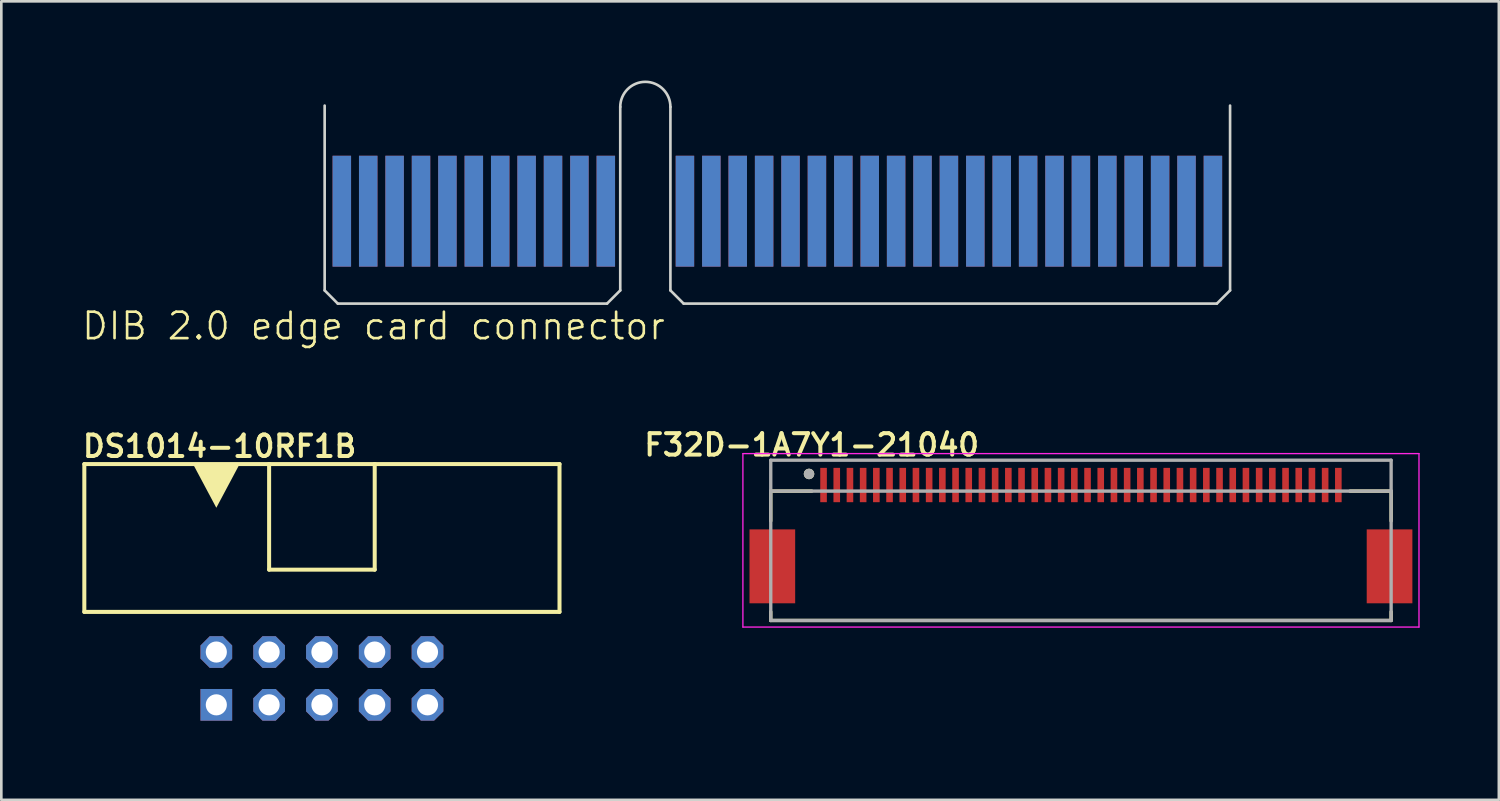
<source format=kicad_pcb>
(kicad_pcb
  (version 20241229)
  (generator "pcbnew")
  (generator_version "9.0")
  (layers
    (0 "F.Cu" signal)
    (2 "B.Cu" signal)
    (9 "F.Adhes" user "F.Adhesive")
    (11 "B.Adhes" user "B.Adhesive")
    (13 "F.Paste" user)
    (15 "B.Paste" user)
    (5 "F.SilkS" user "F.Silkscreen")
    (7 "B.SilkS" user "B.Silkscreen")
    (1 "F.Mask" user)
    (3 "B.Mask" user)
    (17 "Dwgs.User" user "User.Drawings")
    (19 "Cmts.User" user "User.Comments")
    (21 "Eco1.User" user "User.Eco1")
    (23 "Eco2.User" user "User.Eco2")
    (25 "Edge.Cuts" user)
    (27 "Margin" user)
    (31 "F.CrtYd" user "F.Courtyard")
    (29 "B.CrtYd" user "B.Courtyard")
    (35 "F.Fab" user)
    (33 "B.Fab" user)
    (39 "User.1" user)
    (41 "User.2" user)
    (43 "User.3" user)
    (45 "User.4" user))
  (footprint "F32D-1A7Y1-21040"
    (layer "F.Cu")
    (at 37.896 18.403)
    (property "Reference" "F32D-1A7Y1-21040" (at -10.2 -4.6 0) (layer "F.SilkS") (effects (font (size 0.813 0.813) (thickness 0.152) (bold yes))))
    (attr smd)
    (fp_line (start -11.75 -2.85) (end -11.75 -1.72) (stroke (width 0.127) (type solid)) (layer "F.SilkS"))
    (fp_line (start -11.75 2.05) (end -11.75 1.72) (stroke (width 0.127) (type solid)) (layer "F.SilkS"))
    (fp_line (start -11.75 2.05) (end 11.75 2.05) (stroke (width 0.127) (type solid)) (layer "F.SilkS"))
    (fp_line (start -10.195 -2.85) (end -11.75 -2.85) (stroke (width 0.127) (type solid)) (layer "F.SilkS"))
    (fp_line (start 11.75 -2.85) (end 10.195 -2.85) (stroke (width 0.127) (type solid)) (layer "F.SilkS"))
    (fp_line (start 11.75 -1.72) (end 11.75 -2.85) (stroke (width 0.127) (type solid)) (layer "F.SilkS"))
    (fp_line (start 11.75 2.05) (end 11.75 1.72) (stroke (width 0.127) (type solid)) (layer "F.SilkS"))
    (fp_circle (center -10.3 -3.5) (end -10.2 -3.5) (stroke (width 0.2) (type solid)) (fill no) (layer "F.SilkS"))
    (fp_line (start -12.805 -4.27) (end -12.805 2.3) (stroke (width 0.05) (type solid)) (layer "F.CrtYd"))
    (fp_line (start -12.805 2.3) (end 12.805 2.3) (stroke (width 0.05) (type solid)) (layer "F.CrtYd"))
    (fp_line (start 12.805 -4.27) (end -12.805 -4.27) (stroke (width 0.05) (type solid)) (layer "F.CrtYd"))
    (fp_line (start 12.805 2.3) (end 12.805 -4.27) (stroke (width 0.05) (type solid)) (layer "F.CrtYd"))
    (fp_line (start -11.75 -4.02) (end -11.75 -2.85) (stroke (width 0.127) (type solid)) (layer "F.Fab"))
    (fp_line (start -11.75 -2.85) (end -11.75 2.05) (stroke (width 0.127) (type solid)) (layer "F.Fab"))
    (fp_line (start -11.75 2.05) (end 11.75 2.05) (stroke (width 0.127) (type solid)) (layer "F.Fab"))
    (fp_line (start 11.75 -4.02) (end -11.75 -4.02) (stroke (width 0.127) (type solid)) (layer "F.Fab"))
    (fp_line (start 11.75 -2.85) (end -11.75 -2.85) (stroke (width 0.127) (type solid)) (layer "F.Fab"))
    (fp_line (start 11.75 -2.85) (end 11.75 -4.02) (stroke (width 0.127) (type solid)) (layer "F.Fab"))
    (fp_line (start 11.75 2.05) (end 11.75 -2.85) (stroke (width 0.127) (type solid)) (layer "F.Fab"))
    (fp_circle (center -10.3 -3.5) (end -10.2 -3.5) (stroke (width 0.2) (type solid)) (fill no) (layer "F.Fab"))
    (pad "1" smd rect (at -9.75 -3.08) (size 0.25 1.3) (layers "F.Cu" "F.Mask" "F.Paste"))
    (pad "2" smd rect (at -9.25 -3.08) (size 0.25 1.3) (layers "F.Cu" "F.Mask" "F.Paste"))
    (pad "3" smd rect (at -8.75 -3.08) (size 0.25 1.3) (layers "F.Cu" "F.Mask" "F.Paste"))
    (pad "4" smd rect (at -8.25 -3.08) (size 0.25 1.3) (layers "F.Cu" "F.Mask" "F.Paste"))
    (pad "5" smd rect (at -7.75 -3.08) (size 0.25 1.3) (layers "F.Cu" "F.Mask" "F.Paste"))
    (pad "6" smd rect (at -7.25 -3.08) (size 0.25 1.3) (layers "F.Cu" "F.Mask" "F.Paste"))
    (pad "7" smd rect (at -6.75 -3.08) (size 0.25 1.3) (layers "F.Cu" "F.Mask" "F.Paste"))
    (pad "8" smd rect (at -6.25 -3.08) (size 0.25 1.3) (layers "F.Cu" "F.Mask" "F.Paste"))
    (pad "9" smd rect (at -5.75 -3.08) (size 0.25 1.3) (layers "F.Cu" "F.Mask" "F.Paste"))
    (pad "10" smd rect (at -5.25 -3.08) (size 0.25 1.3) (layers "F.Cu" "F.Mask" "F.Paste"))
    (pad "11" smd rect (at -4.75 -3.08) (size 0.25 1.3) (layers "F.Cu" "F.Mask" "F.Paste"))
    (pad "12" smd rect (at -4.25 -3.08) (size 0.25 1.3) (layers "F.Cu" "F.Mask" "F.Paste"))
    (pad "13" smd rect (at -3.75 -3.08) (size 0.25 1.3) (layers "F.Cu" "F.Mask" "F.Paste"))
    (pad "14" smd rect (at -3.25 -3.08) (size 0.25 1.3) (layers "F.Cu" "F.Mask" "F.Paste"))
    (pad "15" smd rect (at -2.75 -3.08) (size 0.25 1.3) (layers "F.Cu" "F.Mask" "F.Paste"))
    (pad "16" smd rect (at -2.25 -3.08) (size 0.25 1.3) (layers "F.Cu" "F.Mask" "F.Paste"))
    (pad "17" smd rect (at -1.75 -3.08) (size 0.25 1.3) (layers "F.Cu" "F.Mask" "F.Paste"))
    (pad "18" smd rect (at -1.25 -3.08) (size 0.25 1.3) (layers "F.Cu" "F.Mask" "F.Paste"))
    (pad "19" smd rect (at -0.75 -3.08) (size 0.25 1.3) (layers "F.Cu" "F.Mask" "F.Paste"))
    (pad "20" smd rect (at -0.25 -3.08) (size 0.25 1.3) (layers "F.Cu" "F.Mask" "F.Paste"))
    (pad "21" smd rect (at 0.25 -3.08) (size 0.25 1.3) (layers "F.Cu" "F.Mask" "F.Paste"))
    (pad "22" smd rect (at 0.75 -3.08) (size 0.25 1.3) (layers "F.Cu" "F.Mask" "F.Paste"))
    (pad "23" smd rect (at 1.25 -3.08) (size 0.25 1.3) (layers "F.Cu" "F.Mask" "F.Paste"))
    (pad "24" smd rect (at 1.75 -3.08) (size 0.25 1.3) (layers "F.Cu" "F.Mask" "F.Paste"))
    (pad "25" smd rect (at 2.25 -3.08) (size 0.25 1.3) (layers "F.Cu" "F.Mask" "F.Paste"))
    (pad "26" smd rect (at 2.75 -3.08) (size 0.25 1.3) (layers "F.Cu" "F.Mask" "F.Paste"))
    (pad "27" smd rect (at 3.25 -3.08) (size 0.25 1.3) (layers "F.Cu" "F.Mask" "F.Paste"))
    (pad "28" smd rect (at 3.75 -3.08) (size 0.25 1.3) (layers "F.Cu" "F.Mask" "F.Paste"))
    (pad "29" smd rect (at 4.25 -3.08) (size 0.25 1.3) (layers "F.Cu" "F.Mask" "F.Paste"))
    (pad "30" smd rect (at 4.75 -3.08) (size 0.25 1.3) (layers "F.Cu" "F.Mask" "F.Paste"))
    (pad "31" smd rect (at 5.25 -3.08) (size 0.25 1.3) (layers "F.Cu" "F.Mask" "F.Paste"))
    (pad "32" smd rect (at 5.75 -3.08) (size 0.25 1.3) (layers "F.Cu" "F.Mask" "F.Paste"))
    (pad "33" smd rect (at 6.25 -3.08) (size 0.25 1.3) (layers "F.Cu" "F.Mask" "F.Paste"))
    (pad "34" smd rect (at 6.75 -3.08) (size 0.25 1.3) (layers "F.Cu" "F.Mask" "F.Paste"))
    (pad "35" smd rect (at 7.25 -3.08) (size 0.25 1.3) (layers "F.Cu" "F.Mask" "F.Paste"))
    (pad "36" smd rect (at 7.75 -3.08) (size 0.25 1.3) (layers "F.Cu" "F.Mask" "F.Paste"))
    (pad "37" smd rect (at 8.25 -3.08) (size 0.25 1.3) (layers "F.Cu" "F.Mask" "F.Paste"))
    (pad "38" smd rect (at 8.75 -3.08) (size 0.25 1.3) (layers "F.Cu" "F.Mask" "F.Paste"))
    (pad "39" smd rect (at 9.25 -3.08) (size 0.25 1.3) (layers "F.Cu" "F.Mask" "F.Paste"))
    (pad "40" smd rect (at 9.75 -3.08) (size 0.25 1.3) (layers "F.Cu" "F.Mask" "F.Paste"))
    (pad "SH" smd rect (at -11.69 0) (size 1.73 2.8) (layers "F.Cu" "F.Mask" "F.Paste"))
    (pad "SH" smd rect (at 11.69 0) (size 1.73 2.8) (layers "F.Cu" "F.Mask" "F.Paste")))
  (footprint "DS1014-10RF1B"
    (layer "F.Cu")
    (at 9.144 22.649)
    (property "Reference" "DS1014-10RF1B" (at -9.144 -8.319 0) (layer "F.SilkS") (effects (font (size 0.813 0.813) (thickness 0.152) (bold yes)) (justify left bottom)))
    (attr through_hole)
    (fp_line (start -9 -2.52) (end -9 -8.12) (stroke (width 0.152) (type solid)) (layer "F.SilkS"))
    (fp_line (start -2 -8.12) (end -9 -8.12) (stroke (width 0.152) (type solid)) (layer "F.SilkS"))
    (fp_line (start -2 -8.12) (end -2 -4.12) (stroke (width 0.152) (type solid)) (layer "F.SilkS"))
    (fp_line (start -2 -8.12) (end 2 -8.12) (stroke (width 0.152) (type solid)) (layer "F.SilkS"))
    (fp_line (start 2 -8.12) (end 2 -4.12) (stroke (width 0.152) (type solid)) (layer "F.SilkS"))
    (fp_line (start 2 -8.12) (end 9 -8.12) (stroke (width 0.152) (type solid)) (layer "F.SilkS"))
    (fp_line (start 2 -4.12) (end -2 -4.12) (stroke (width 0.152) (type solid)) (layer "F.SilkS"))
    (fp_line (start 9 -8.12) (end 9 -2.52) (stroke (width 0.152) (type solid)) (layer "F.SilkS"))
    (fp_line (start 9 -2.52) (end -9 -2.52) (stroke (width 0.152) (type solid)) (layer "F.SilkS"))
    (fp_poly (pts (xy -4 -6.465) (xy -4.906 -8.164) (xy -3.094 -8.164)) (stroke (width 0) (type default)) (fill yes) (layer "F.SilkS"))
    (pad "1" thru_hole rect (at -4 1) (size 1.2 1.2) (drill 0.8) (layers "*.Cu" "*.Mask"))
    (pad "2" thru_hole roundrect (at -4 -1) (size 1.2 1.2) (drill 0.8) (layers "*.Cu" "*.Mask") (roundrect_rratio 0.25) (chamfer_ratio 0.293) (chamfer top_left top_right bottom_left bottom_right))
    (pad "3" thru_hole roundrect (at -2 1) (size 1.2 1.2) (drill 0.8) (layers "*.Cu" "*.Mask") (roundrect_rratio 0.25) (chamfer_ratio 0.293) (chamfer top_left top_right bottom_left bottom_right))
    (pad "4" thru_hole roundrect (at -2 -1) (size 1.2 1.2) (drill 0.8) (layers "*.Cu" "*.Mask") (roundrect_rratio 0.25) (chamfer_ratio 0.293) (chamfer top_left top_right bottom_left bottom_right))
    (pad "5" thru_hole roundrect (at 0 1) (size 1.2 1.2) (drill 0.8) (layers "*.Cu" "*.Mask") (roundrect_rratio 0.25) (chamfer_ratio 0.293) (chamfer top_left top_right bottom_left bottom_right))
    (pad "6" thru_hole roundrect (at 0 -1) (size 1.2 1.2) (drill 0.8) (layers "*.Cu" "*.Mask") (roundrect_rratio 0.25) (chamfer_ratio 0.293) (chamfer top_left top_right bottom_left bottom_right))
    (pad "7" thru_hole roundrect (at 2 1) (size 1.2 1.2) (drill 0.8) (layers "*.Cu" "*.Mask") (roundrect_rratio 0.25) (chamfer_ratio 0.293) (chamfer top_left top_right bottom_left bottom_right))
    (pad "8" thru_hole roundrect (at 2 -1) (size 1.2 1.2) (drill 0.8) (layers "*.Cu" "*.Mask") (roundrect_rratio 0.25) (chamfer_ratio 0.293) (chamfer top_left top_right bottom_left bottom_right))
    (pad "9" thru_hole roundrect (at 4 1) (size 1.2 1.2) (drill 0.8) (layers "*.Cu" "*.Mask") (roundrect_rratio 0.25) (chamfer_ratio 0.293) (chamfer top_left top_right bottom_left bottom_right))
    (pad "10" thru_hole roundrect (at 4 -1) (size 1.2 1.2) (drill 0.8) (layers "*.Cu" "*.Mask") (roundrect_rratio 0.25) (chamfer_ratio 0.293) (chamfer top_left top_right bottom_left bottom_right)))
  (footprint "DIB 2.0 edge card connector"
    (layer "F.Cu")
    (at 9.498 4.4)
    (property "Reference" "DIB 2.0 edge card connector" (at 1.6 4.9 0) (unlocked yes) (layer "F.SilkS") (effects (font (size 1 1) (thickness 0.1))))
    (attr smd)
    (fp_poly (pts (xy -0.35 -1.5) (xy 34.15 -1.5) (xy 34.15 4) (xy -0.35 4)) (stroke (width 0.2) (type solid)) (fill yes) (layer "F.Mask"))
    (fp_poly (pts (xy -0.35 -1.5) (xy 34.15 -1.5) (xy 34.15 4) (xy -0.35 4)) (stroke (width 0.2) (type solid)) (fill yes) (layer "B.Mask"))
    (fp_line (start -0.25 -3.45) (end -0.25 3.55) (stroke (width 0.1) (type solid)) (layer "Edge.Cuts"))
    (fp_line (start -0.25 3.55) (end 0.247 4.05) (stroke (width 0.1) (type solid)) (layer "Edge.Cuts"))
    (fp_line (start 0.247 4.05) (end 10.447 4.05) (stroke (width 0.1) (type solid)) (layer "Edge.Cuts"))
    (fp_line (start 10.447 4.05) (end 10.947 3.55) (stroke (width 0.1) (type solid)) (layer "Edge.Cuts"))
    (fp_line (start 10.947 3.55) (end 10.947 -3.4) (stroke (width 0.1) (type solid)) (layer "Edge.Cuts"))
    (fp_line (start 12.847 -3.4) (end 12.847 3.55) (stroke (width 0.1) (type solid)) (layer "Edge.Cuts"))
    (fp_line (start 12.847 3.55) (end 13.347 4.05) (stroke (width 0.1) (type solid)) (layer "Edge.Cuts"))
    (fp_line (start 33.547 4.05) (end 13.347 4.05) (stroke (width 0.1) (type solid)) (layer "Edge.Cuts"))
    (fp_line (start 34.047 -3.45) (end 34.047 3.55) (stroke (width 0.1) (type solid)) (layer "Edge.Cuts"))
    (fp_line (start 34.047 3.55) (end 33.547 4.05) (stroke (width 0.1) (type solid)) (layer "Edge.Cuts"))
    (fp_arc (start 10.9473 -3.4) (mid 11.8973 -4.35) (end 12.8473 -3.4) (stroke (width 0.1) (type solid)) (layer "Edge.Cuts"))
    (pad "A1" connect rect (at 0.4 0.55) (size 0.7 4.2) (layers "B.Cu"))
    (pad "A2" connect rect (at 1.4 0.55) (size 0.7 4.2) (layers "B.Cu"))
    (pad "A3" connect rect (at 2.4 0.55) (size 0.7 4.2) (layers "B.Cu"))
    (pad "A4" connect rect (at 3.4 0.55) (size 0.7 4.2) (layers "B.Cu"))
    (pad "A5" connect rect (at 4.4 0.55) (size 0.7 4.2) (layers "B.Cu"))
    (pad "A6" connect rect (at 5.4 0.55) (size 0.7 4.2) (layers "B.Cu"))
    (pad "A7" connect rect (at 6.4 0.55) (size 0.7 4.2) (layers "B.Cu"))
    (pad "A8" connect rect (at 7.4 0.55) (size 0.7 4.2) (layers "B.Cu"))
    (pad "A9" connect rect (at 8.4 0.55) (size 0.7 4.2) (layers "B.Cu"))
    (pad "A10" connect rect (at 9.4 0.55) (size 0.7 4.2) (layers "B.Cu"))
    (pad "A11" connect rect (at 10.4 0.55) (size 0.7 4.2) (layers "B.Cu"))
    (pad "A12" connect rect (at 13.397 0.55) (size 0.7 4.2) (layers "B.Cu"))
    (pad "A13" connect rect (at 14.397 0.55) (size 0.7 4.2) (layers "B.Cu"))
    (pad "A14" connect rect (at 15.397 0.55) (size 0.7 4.2) (layers "B.Cu"))
    (pad "A15" connect rect (at 16.397 0.55) (size 0.7 4.2) (layers "B.Cu"))
    (pad "A16" connect rect (at 17.397 0.55) (size 0.7 4.2) (layers "B.Cu"))
    (pad "A17" connect rect (at 18.397 0.55) (size 0.7 4.2) (layers "B.Cu"))
    (pad "A18" connect rect (at 19.397 0.55) (size 0.7 4.2) (layers "B.Cu"))
    (pad "A19" connect rect (at 20.397 0.55) (size 0.7 4.2) (layers "B.Cu"))
    (pad "A20" connect rect (at 21.397 0.55) (size 0.7 4.2) (layers "B.Cu"))
    (pad "A21" connect rect (at 22.397 0.55) (size 0.7 4.2) (layers "B.Cu"))
    (pad "A22" connect rect (at 23.397 0.55) (size 0.7 4.2) (layers "B.Cu"))
    (pad "A23" connect rect (at 24.397 0.55) (size 0.7 4.2) (layers "B.Cu"))
    (pad "A24" connect rect (at 25.397 0.55) (size 0.7 4.2) (layers "B.Cu"))
    (pad "A25" connect rect (at 26.397 0.55) (size 0.7 4.2) (layers "B.Cu"))
    (pad "A26" connect rect (at 27.397 0.55) (size 0.7 4.2) (layers "B.Cu"))
    (pad "A27" connect rect (at 28.397 0.55) (size 0.7 4.2) (layers "B.Cu"))
    (pad "A28" connect rect (at 29.397 0.55) (size 0.7 4.2) (layers "B.Cu"))
    (pad "A29" connect rect (at 30.397 0.55) (size 0.7 4.2) (layers "B.Cu"))
    (pad "A30" connect rect (at 31.397 0.55) (size 0.7 4.2) (layers "B.Cu"))
    (pad "A31" connect rect (at 32.397 0.55) (size 0.7 4.2) (layers "B.Cu"))
    (pad "A32" connect rect (at 33.397 0.55) (size 0.7 4.2) (layers "B.Cu"))
    (pad "B1" connect rect (at 0.4 0.55) (size 0.7 4.2) (layers "F.Cu"))
    (pad "B2" connect rect (at 1.4 0.55) (size 0.7 4.2) (layers "F.Cu"))
    (pad "B3" connect rect (at 2.4 0.55) (size 0.7 4.2) (layers "F.Cu"))
    (pad "B4" connect rect (at 3.4 0.55) (size 0.7 4.2) (layers "F.Cu"))
    (pad "B5" connect rect (at 4.4 0.55) (size 0.7 4.2) (layers "F.Cu"))
    (pad "B6" connect rect (at 5.4 0.55) (size 0.7 4.2) (layers "F.Cu"))
    (pad "B7" connect rect (at 6.4 0.55) (size 0.7 4.2) (layers "F.Cu"))
    (pad "B8" connect rect (at 7.4 0.55) (size 0.7 4.2) (layers "F.Cu"))
    (pad "B9" connect rect (at 8.4 0.55) (size 0.7 4.2) (layers "F.Cu"))
    (pad "B10" connect rect (at 9.4 0.55) (size 0.7 4.2) (layers "F.Cu"))
    (pad "B11" connect rect (at 10.4 0.55) (size 0.7 4.2) (layers "F.Cu"))
    (pad "B12" connect rect (at 13.397 0.55) (size 0.7 4.2) (layers "F.Cu"))
    (pad "B13" connect rect (at 14.397 0.55) (size 0.7 4.2) (layers "F.Cu"))
    (pad "B14" connect rect (at 15.397 0.55) (size 0.7 4.2) (layers "F.Cu"))
    (pad "B15" connect rect (at 16.397 0.55) (size 0.7 4.2) (layers "F.Cu"))
    (pad "B16" connect rect (at 17.397 0.55) (size 0.7 4.2) (layers "F.Cu"))
    (pad "B17" connect rect (at 18.397 0.55) (size 0.7 4.2) (layers "F.Cu"))
    (pad "B18" connect rect (at 19.397 0.55) (size 0.7 4.2) (layers "F.Cu"))
    (pad "B19" connect rect (at 20.397 0.55) (size 0.7 4.2) (layers "F.Cu"))
    (pad "B20" connect rect (at 21.397 0.55) (size 0.7 4.2) (layers "F.Cu"))
    (pad "B21" connect rect (at 22.397 0.55) (size 0.7 4.2) (layers "F.Cu"))
    (pad "B22" connect rect (at 23.397 0.55) (size 0.7 4.2) (layers "F.Cu"))
    (pad "B23" connect rect (at 24.397 0.55) (size 0.7 4.2) (layers "F.Cu"))
    (pad "B24" connect rect (at 25.397 0.55) (size 0.7 4.2) (layers "F.Cu"))
    (pad "B25" connect rect (at 26.397 0.55) (size 0.7 4.2) (layers "F.Cu"))
    (pad "B26" connect rect (at 27.397 0.55) (size 0.7 4.2) (layers "F.Cu"))
    (pad "B27" connect rect (at 28.397 0.55) (size 0.7 4.2) (layers "F.Cu"))
    (pad "B28" connect rect (at 29.397 0.55) (size 0.7 4.2) (layers "F.Cu"))
    (pad "B29" connect rect (at 30.397 0.55) (size 0.7 4.2) (layers "F.Cu"))
    (pad "B30" connect rect (at 31.397 0.55) (size 0.7 4.2) (layers "F.Cu"))
    (pad "B31" connect rect (at 32.397 0.55) (size 0.7 4.2) (layers "F.Cu"))
    (pad "B32" connect rect (at 33.397 0.55) (size 0.7 4.2) (layers "F.Cu")))
  (gr_rect
    (start -3 -3)
    (end 53.726 27.249)
    (stroke (width 0.1) (type default))
    (fill no)
    (layer "Edge.Cuts")))
</source>
